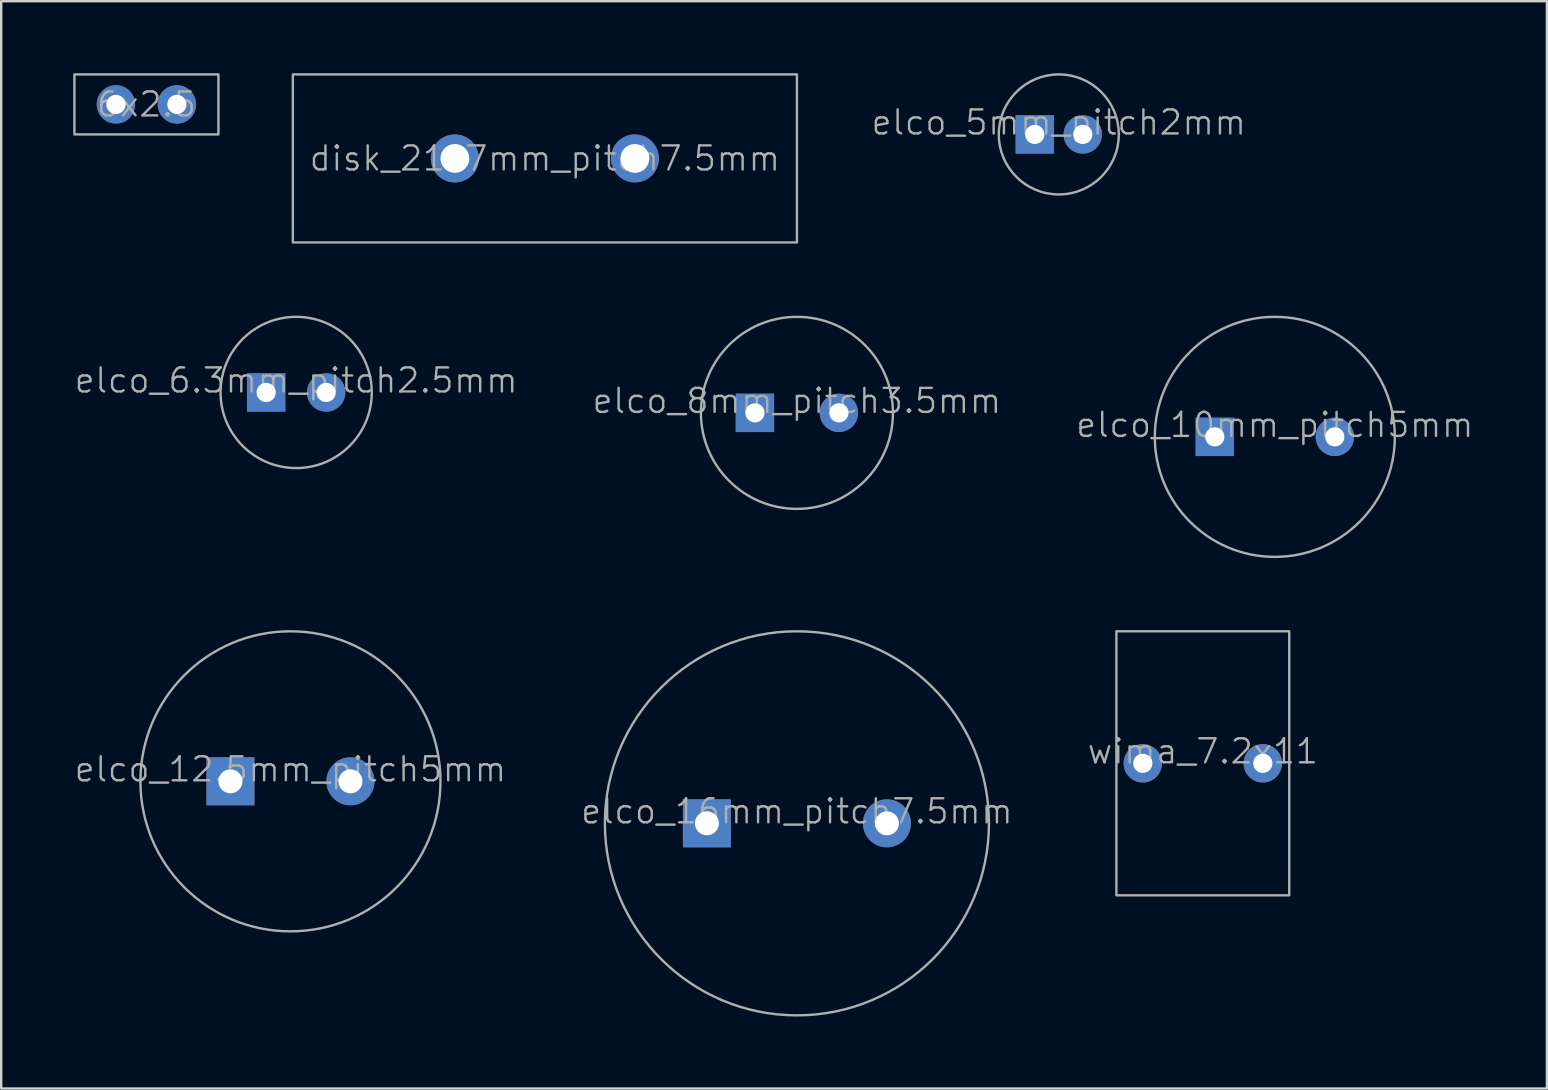
<source format=kicad_pcb>
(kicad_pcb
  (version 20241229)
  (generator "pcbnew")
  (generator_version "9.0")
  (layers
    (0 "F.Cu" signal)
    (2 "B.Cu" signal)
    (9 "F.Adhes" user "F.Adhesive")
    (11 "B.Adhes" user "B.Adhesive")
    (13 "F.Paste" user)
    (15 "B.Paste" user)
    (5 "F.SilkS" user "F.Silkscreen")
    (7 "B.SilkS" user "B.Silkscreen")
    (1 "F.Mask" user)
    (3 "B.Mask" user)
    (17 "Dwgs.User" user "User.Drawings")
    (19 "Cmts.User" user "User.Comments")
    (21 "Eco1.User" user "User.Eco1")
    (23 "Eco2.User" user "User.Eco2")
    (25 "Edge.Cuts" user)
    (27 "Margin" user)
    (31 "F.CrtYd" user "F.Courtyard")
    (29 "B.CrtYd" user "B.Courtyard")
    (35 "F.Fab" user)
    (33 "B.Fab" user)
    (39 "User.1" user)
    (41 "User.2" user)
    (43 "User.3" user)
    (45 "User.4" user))
  (footprint "wima_7.2x11"
    (layer "F.Cu")
    (at 47.06 28.75)
    (property "Reference" "wima_7.2x11" (at 0 -0.5 0) (unlocked yes) (layer "F.Fab") (effects (font (size 1 1) (thickness 0.1))))
    (attr through_hole)
    (fp_rect (start -3.6 5.5) (end 3.6 -5.5) (stroke (width 0.1) (type default)) (fill no) (layer "F.Fab"))
    (pad "1" thru_hole circle (at -2.5 0) (size 1.6 1.6) (drill 0.8) (layers "*.Cu" "*.Mask"))
    (pad "2" thru_hole circle (at 2.5 0) (size 1.6 1.6) (drill 0.8) (layers "*.Cu" "*.Mask")))
  (footprint "disk_21x7mm_pitch7.5mm"
    (layer "F.Cu")
    (at 19.65 3.55)
    (property "Reference" "disk_21x7mm_pitch7.5mm" (at 0 0 0) (unlocked yes) (layer "F.Fab") (effects (font (size 1 1) (thickness 0.1))))
    (attr through_hole)
    (fp_rect (start -10.5 3.5) (end 10.5 -3.5) (stroke (width 0.1) (type default)) (fill no) (layer "F.Fab"))
    (pad "1" thru_hole circle (at -3.75 0) (size 2 2) (drill 1.2) (layers "*.Cu" "*.Mask"))
    (pad "2" thru_hole circle (at 3.75 0) (size 2 2) (drill 1.2) (layers "*.Cu" "*.Mask")))
  (footprint "elco_6.3mm_pitch2.5mm"
    (layer "F.Cu")
    (at 9.288 13.3)
    (property "Reference" "elco_6.3mm_pitch2.5mm" (at 0 -0.5 0) (unlocked yes) (layer "F.Fab") (effects (font (size 1 1) (thickness 0.1))))
    (attr through_hole)
    (fp_circle (center 0 0) (end 3.15 0) (stroke (width 0.1) (type default)) (fill no) (layer "F.Fab"))
    (pad "1" thru_hole rect (at -1.25 0) (size 1.6 1.6) (drill 0.8) (layers "*.Cu" "*.Mask"))
    (pad "2" thru_hole circle (at 1.25 0) (size 1.6 1.6) (drill 0.8) (layers "*.Cu" "*.Mask")))
  (footprint "elco_8mm_pitch3.5mm"
    (layer "F.Cu")
    (at 30.15 14.15)
    (property "Reference" "elco_8mm_pitch3.5mm" (at 0 -0.5 0) (unlocked yes) (layer "F.Fab") (effects (font (size 1 1) (thickness 0.1))))
    (attr through_hole)
    (fp_circle (center 0 0) (end 4 0) (stroke (width 0.1) (type default)) (fill no) (layer "F.Fab"))
    (pad "1" thru_hole rect (at -1.75 0) (size 1.6 1.6) (drill 0.8) (layers "*.Cu" "*.Mask"))
    (pad "2" thru_hole circle (at 1.75 0) (size 1.6 1.6) (drill 0.8) (layers "*.Cu" "*.Mask")))
  (footprint "elco_16mm_pitch7.5mm"
    (layer "F.Cu")
    (at 30.15 31.25)
    (property "Reference" "elco_16mm_pitch7.5mm" (at 0 -0.5 0) (unlocked yes) (layer "F.Fab") (effects (font (size 1 1) (thickness 0.1))))
    (attr through_hole)
    (fp_circle (center 0 0) (end 8 0) (stroke (width 0.1) (type default)) (fill no) (layer "F.Fab"))
    (pad "1" thru_hole rect (at -3.75 0) (size 2 2) (drill 1) (layers "*.Cu" "*.Mask"))
    (pad "2" thru_hole circle (at 3.75 0) (size 2 2) (drill 1) (layers "*.Cu" "*.Mask")))
  (footprint "elco_5mm_pitch2mm"
    (layer "F.Cu")
    (at 41.06 2.55)
    (property "Reference" "elco_5mm_pitch2mm" (at 0 -0.5 0) (unlocked yes) (layer "F.Fab") (effects (font (size 1 1) (thickness 0.1))))
    (attr through_hole)
    (fp_circle (center 0 0) (end 2.5 0) (stroke (width 0.1) (type default)) (fill no) (layer "F.Fab"))
    (pad "1" thru_hole rect (at -1 0) (size 1.6 1.6) (drill 0.8) (layers "*.Cu" "*.Mask"))
    (pad "2" thru_hole circle (at 1 0) (size 1.6 1.6) (drill 0.8) (layers "*.Cu" "*.Mask")))
  (footprint "elco_12.5mm_pitch5mm"
    (layer "F.Cu")
    (at 9.05 29.5)
    (property "Reference" "elco_12.5mm_pitch5mm" (at 0 -0.5 0) (unlocked yes) (layer "F.Fab") (effects (font (size 1 1) (thickness 0.1))))
    (attr through_hole)
    (fp_circle (center 0 0) (end 6.25 0) (stroke (width 0.1) (type default)) (fill no) (layer "F.Fab"))
    (pad "1" thru_hole rect (at -2.5 0) (size 2 2) (drill 1) (layers "*.Cu" "*.Mask"))
    (pad "2" thru_hole circle (at 2.5 0) (size 2 2) (drill 1) (layers "*.Cu" "*.Mask")))
  (footprint "6x2.5"
    (layer "F.Cu")
    (at 3.05 1.3)
    (property "Reference" "6x2.5" (at 0 0 0) (unlocked yes) (layer "F.Fab") (effects (font (size 1 1) (thickness 0.1))))
    (attr through_hole)
    (fp_rect (start -3 1.25) (end 3 -1.25) (stroke (width 0.1) (type default)) (fill no) (layer "F.Fab"))
    (pad "1" thru_hole circle (at -1.27 0) (size 1.6 1.6) (drill 0.8) (layers "*.Cu" "*.Mask"))
    (pad "2" thru_hole circle (at 1.27 0) (size 1.6 1.6) (drill 0.8) (layers "*.Cu" "*.Mask")))
  (footprint "elco_10mm_pitch5mm"
    (layer "F.Cu")
    (at 50.06 15.15)
    (property "Reference" "elco_10mm_pitch5mm" (at 0 -0.5 0) (unlocked yes) (layer "F.Fab") (effects (font (size 1 1) (thickness 0.1))))
    (attr through_hole)
    (fp_circle (center 0 0) (end 5 0) (stroke (width 0.1) (type default)) (fill no) (layer "F.Fab"))
    (pad "1" thru_hole rect (at -2.5 0) (size 1.6 1.6) (drill 0.8) (layers "*.Cu" "*.Mask"))
    (pad "2" thru_hole circle (at 2.5 0) (size 1.6 1.6) (drill 0.8) (layers "*.Cu" "*.Mask")))
  (gr_rect
    (start -3 -3)
    (end 61.395 42.3)
    (stroke (width 0.1) (type default))
    (fill no)
    (layer "Edge.Cuts")))
</source>
